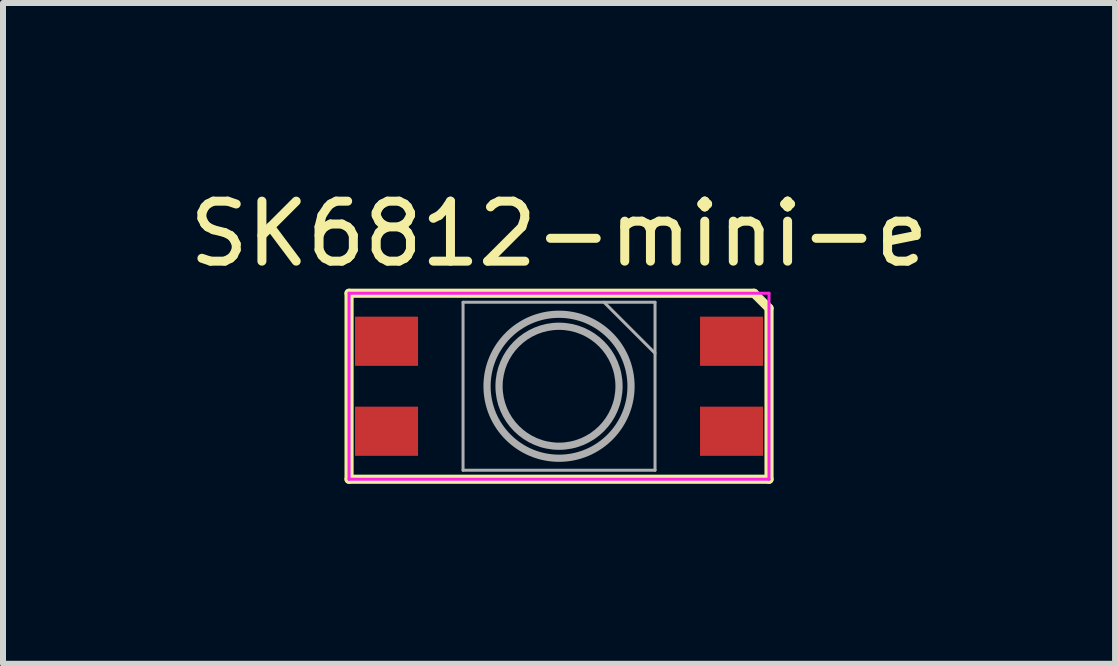
<source format=kicad_pcb>
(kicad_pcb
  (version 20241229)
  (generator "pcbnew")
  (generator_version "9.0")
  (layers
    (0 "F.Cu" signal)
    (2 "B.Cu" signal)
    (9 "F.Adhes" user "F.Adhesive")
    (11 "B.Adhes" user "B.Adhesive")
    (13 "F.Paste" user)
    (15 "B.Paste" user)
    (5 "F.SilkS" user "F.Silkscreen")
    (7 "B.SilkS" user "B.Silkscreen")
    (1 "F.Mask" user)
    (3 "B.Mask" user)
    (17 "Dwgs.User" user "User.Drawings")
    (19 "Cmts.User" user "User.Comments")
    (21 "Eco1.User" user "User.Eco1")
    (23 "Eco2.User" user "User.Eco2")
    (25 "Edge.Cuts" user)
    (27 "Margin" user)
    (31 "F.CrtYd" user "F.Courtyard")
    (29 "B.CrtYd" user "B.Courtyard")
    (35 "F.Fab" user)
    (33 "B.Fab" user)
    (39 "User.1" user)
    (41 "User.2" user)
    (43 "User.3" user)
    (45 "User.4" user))
  (footprint "SK6812-mini-e"
    (layer "F.Cu")
    (at 6.268 3.388)
    (property "Reference" "SK6812-mini-e" (at 0 -2.54 0) (layer "F.SilkS") (effects (font (size 1 1) (thickness 0.15))))
    (attr smd)
    (fp_line (start -3.5 -1.55) (end -3.5 1.55) (stroke (width 0.152) (type solid)) (layer "F.SilkS"))
    (fp_line (start -3.5 -1.55) (end 3.25 -1.55) (stroke (width 0.152) (type solid)) (layer "F.SilkS"))
    (fp_line (start -3.5 1.55) (end 3.5 1.55) (stroke (width 0.152) (type solid)) (layer "F.SilkS"))
    (fp_line (start 3.5 -1.3) (end 3.25 -1.55) (stroke (width 0.152) (type solid)) (layer "F.SilkS"))
    (fp_line (start 3.5 -1.3) (end 3.5 1.55) (stroke (width 0.152) (type solid)) (layer "F.SilkS"))
    (fp_line (start -3.5 -1.55) (end -3.5 1.55) (stroke (width 0.05) (type solid)) (layer "F.CrtYd"))
    (fp_line (start -3.5 -1.55) (end 3.5 -1.55) (stroke (width 0.05) (type solid)) (layer "F.CrtYd"))
    (fp_line (start -3.5 1.55) (end 3.5 1.55) (stroke (width 0.05) (type solid)) (layer "F.CrtYd"))
    (fp_line (start 3.5 -1.55) (end 3.5 1.55) (stroke (width 0.05) (type solid)) (layer "F.CrtYd"))
    (fp_line (start -1.6 -1.4) (end -1.6 1.4) (stroke (width 0.05) (type solid)) (layer "F.Fab"))
    (fp_line (start -1.6 -1.4) (end 1.6 -1.4) (stroke (width 0.05) (type solid)) (layer "F.Fab"))
    (fp_line (start -1.6 1.4) (end 1.6 1.4) (stroke (width 0.05) (type solid)) (layer "F.Fab"))
    (fp_line (start 1.6 -1.4) (end 1.6 1.4) (stroke (width 0.05) (type solid)) (layer "F.Fab"))
    (fp_line (start 1.6 -0.55) (end 0.75 -1.4) (stroke (width 0.05) (type solid)) (layer "F.Fab"))
    (fp_circle (center 0 0) (end 1 0) (stroke (width 0.12) (type solid)) (fill no) (layer "F.Fab"))
    (fp_circle (center 0 0) (end 1.2 0) (stroke (width 0.12) (type solid)) (fill no) (layer "F.Fab"))
    (pad "1" smd rect (at -2.875 0.75) (size 1.05 0.82) (layers "F.Cu" "F.Mask" "F.Paste"))
    (pad "2" smd rect (at -2.875 -0.75) (size 1.05 0.82) (layers "F.Cu" "F.Mask" "F.Paste"))
    (pad "3" smd rect (at 2.875 -0.75) (size 1.05 0.82) (layers "F.Cu" "F.Mask" "F.Paste"))
    (pad "4" smd rect (at 2.875 0.75) (size 1.05 0.82) (layers "F.Cu" "F.Mask" "F.Paste")))
  (gr_rect
    (start -3 -3)
    (end 15.536 8.014)
    (stroke (width 0.1) (type default))
    (fill no)
    (layer "Edge.Cuts")))
</source>
